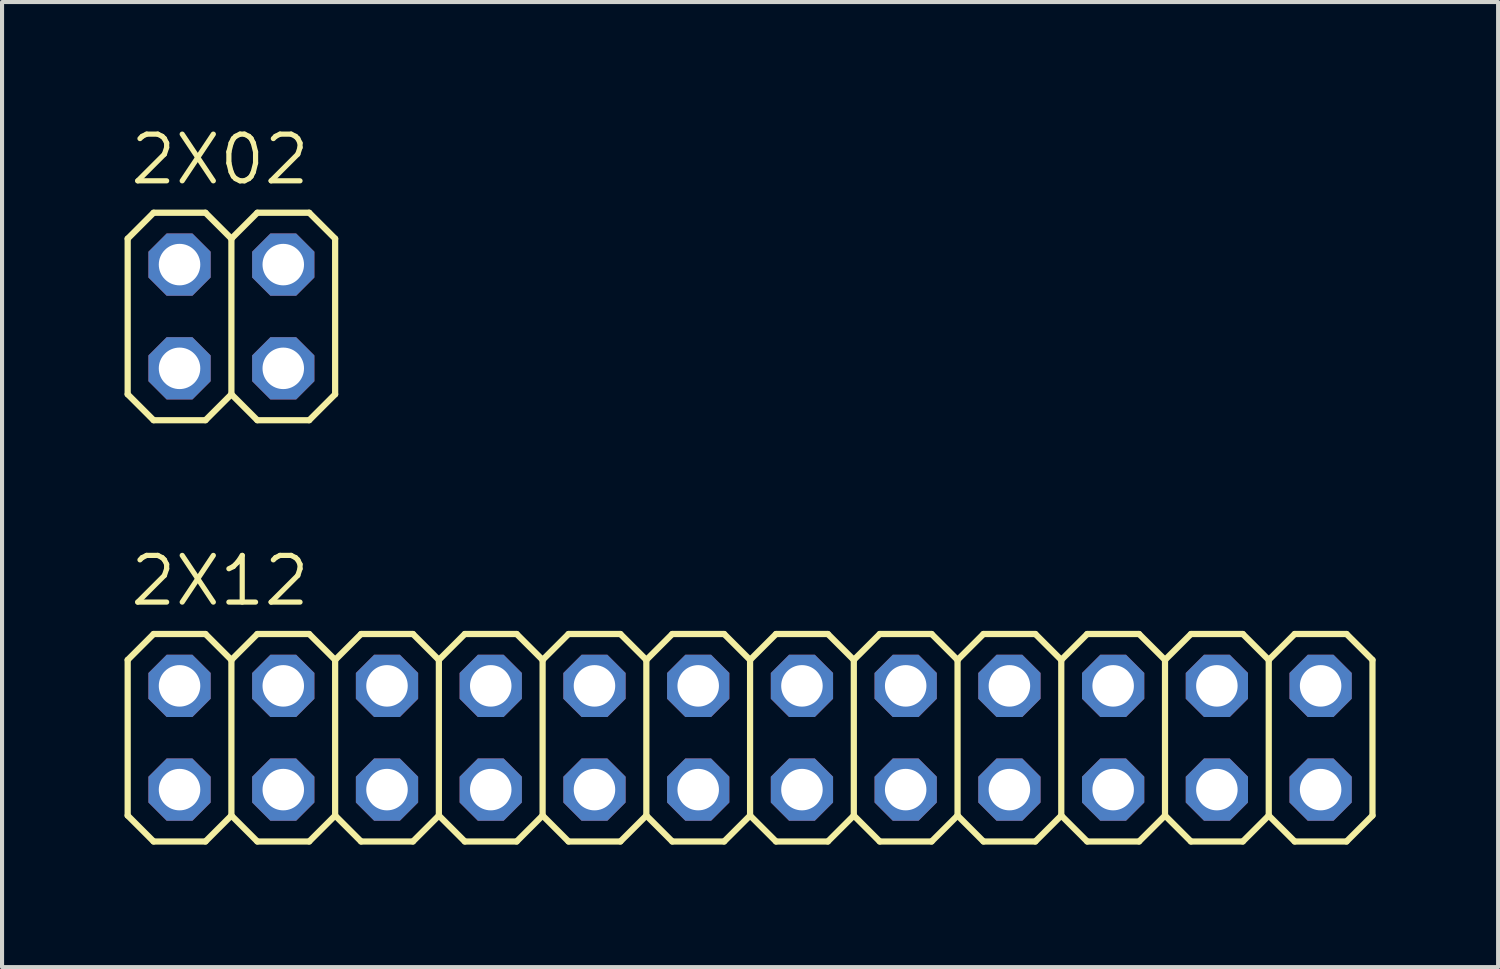
<source format=kicad_pcb>
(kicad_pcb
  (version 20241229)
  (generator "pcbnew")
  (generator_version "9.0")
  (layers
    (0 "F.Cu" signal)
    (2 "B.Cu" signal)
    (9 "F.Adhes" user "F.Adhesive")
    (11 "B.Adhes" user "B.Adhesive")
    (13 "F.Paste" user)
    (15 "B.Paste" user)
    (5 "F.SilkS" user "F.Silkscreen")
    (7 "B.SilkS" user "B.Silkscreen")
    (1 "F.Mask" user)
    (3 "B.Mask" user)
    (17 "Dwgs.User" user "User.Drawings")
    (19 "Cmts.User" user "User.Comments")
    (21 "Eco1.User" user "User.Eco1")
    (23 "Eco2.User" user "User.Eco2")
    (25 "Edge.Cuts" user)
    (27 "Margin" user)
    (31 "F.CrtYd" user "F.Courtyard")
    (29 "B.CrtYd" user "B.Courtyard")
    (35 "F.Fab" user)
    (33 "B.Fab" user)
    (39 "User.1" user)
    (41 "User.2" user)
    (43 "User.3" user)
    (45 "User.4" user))
  (footprint "2X02"
    (layer "F.Cu")
    (at 2.616 4.699)
    (property "Reference" "2X02" (at -2.54 -3.175 0) (layer "F.SilkS") (effects (font (size 1.143 1.143) (thickness 0.127)) (justify left bottom)))
    (fp_line (start -2.54 -1.905) (end -1.905 -2.54) (stroke (width 0.152) (type solid)) (layer "F.SilkS"))
    (fp_line (start -2.54 1.905) (end -2.54 -1.905) (stroke (width 0.152) (type solid)) (layer "F.SilkS"))
    (fp_line (start -2.54 1.905) (end -1.905 2.54) (stroke (width 0.152) (type solid)) (layer "F.SilkS"))
    (fp_line (start -1.905 -2.54) (end -0.635 -2.54) (stroke (width 0.152) (type solid)) (layer "F.SilkS"))
    (fp_line (start -1.905 2.54) (end -0.635 2.54) (stroke (width 0.152) (type solid)) (layer "F.SilkS"))
    (fp_line (start -0.635 -2.54) (end 0 -1.905) (stroke (width 0.152) (type solid)) (layer "F.SilkS"))
    (fp_line (start -0.635 2.54) (end 0 1.905) (stroke (width 0.152) (type solid)) (layer "F.SilkS"))
    (fp_line (start 0 -1.905) (end 0 1.905) (stroke (width 0.152) (type solid)) (layer "F.SilkS"))
    (fp_line (start 0 -1.905) (end 0.635 -2.54) (stroke (width 0.152) (type solid)) (layer "F.SilkS"))
    (fp_line (start 0 1.905) (end 0.635 2.54) (stroke (width 0.152) (type solid)) (layer "F.SilkS"))
    (fp_line (start 0.635 -2.54) (end 1.905 -2.54) (stroke (width 0.152) (type solid)) (layer "F.SilkS"))
    (fp_line (start 0.635 2.54) (end 1.905 2.54) (stroke (width 0.152) (type solid)) (layer "F.SilkS"))
    (fp_line (start 1.905 -2.54) (end 2.54 -1.905) (stroke (width 0.152) (type solid)) (layer "F.SilkS"))
    (fp_line (start 1.905 2.54) (end 2.54 1.905) (stroke (width 0.152) (type solid)) (layer "F.SilkS"))
    (fp_line (start 2.54 -1.905) (end 2.54 1.905) (stroke (width 0.152) (type solid)) (layer "F.SilkS"))
    (fp_poly (pts (xy -1.524 -1.016) (xy -1.016 -1.016) (xy -1.016 -1.524) (xy -1.524 -1.524)) (stroke (width 0.1) (type solid)) (fill no) (layer "F.Fab"))
    (fp_poly (pts (xy -1.524 1.524) (xy -1.016 1.524) (xy -1.016 1.016) (xy -1.524 1.016)) (stroke (width 0.1) (type solid)) (fill no) (layer "F.Fab"))
    (fp_poly (pts (xy 1.016 -1.016) (xy 1.524 -1.016) (xy 1.524 -1.524) (xy 1.016 -1.524)) (stroke (width 0.1) (type solid)) (fill no) (layer "F.Fab"))
    (fp_poly (pts (xy 1.016 1.524) (xy 1.524 1.524) (xy 1.524 1.016) (xy 1.016 1.016)) (stroke (width 0.1) (type solid)) (fill no) (layer "F.Fab"))
    (pad "1" thru_hole roundrect (at -1.27 1.27) (size 1.524 1.524) (drill 1.016) (layers "*.Cu" "*.Mask") (roundrect_rratio 0.25) (chamfer_ratio 0.293) (chamfer top_left top_right bottom_left bottom_right))
    (pad "2" thru_hole roundrect (at -1.27 -1.27) (size 1.524 1.524) (drill 1.016) (layers "*.Cu" "*.Mask") (roundrect_rratio 0.25) (chamfer_ratio 0.293) (chamfer top_left top_right bottom_left bottom_right))
    (pad "3" thru_hole roundrect (at 1.27 1.27) (size 1.524 1.524) (drill 1.016) (layers "*.Cu" "*.Mask") (roundrect_rratio 0.25) (chamfer_ratio 0.293) (chamfer top_left top_right bottom_left bottom_right))
    (pad "4" thru_hole roundrect (at 1.27 -1.27) (size 1.524 1.524) (drill 1.016) (layers "*.Cu" "*.Mask") (roundrect_rratio 0.25) (chamfer_ratio 0.293) (chamfer top_left top_right bottom_left bottom_right)))
  (footprint "2X12"
    (layer "F.Cu")
    (at 15.316 15.014)
    (property "Reference" "2X12" (at -15.24 -3.175 0) (layer "F.SilkS") (effects (font (size 1.143 1.143) (thickness 0.127)) (justify left bottom)))
    (fp_line (start -15.24 -1.905) (end -14.605 -2.54) (stroke (width 0.152) (type solid)) (layer "F.SilkS"))
    (fp_line (start -15.24 1.905) (end -15.24 -1.905) (stroke (width 0.152) (type solid)) (layer "F.SilkS"))
    (fp_line (start -15.24 1.905) (end -14.605 2.54) (stroke (width 0.152) (type solid)) (layer "F.SilkS"))
    (fp_line (start -14.605 -2.54) (end -13.335 -2.54) (stroke (width 0.152) (type solid)) (layer "F.SilkS"))
    (fp_line (start -14.605 2.54) (end -13.335 2.54) (stroke (width 0.152) (type solid)) (layer "F.SilkS"))
    (fp_line (start -13.335 -2.54) (end -12.7 -1.905) (stroke (width 0.152) (type solid)) (layer "F.SilkS"))
    (fp_line (start -13.335 2.54) (end -12.7 1.905) (stroke (width 0.152) (type solid)) (layer "F.SilkS"))
    (fp_line (start -12.7 -1.905) (end -12.7 1.905) (stroke (width 0.152) (type solid)) (layer "F.SilkS"))
    (fp_line (start -12.7 -1.905) (end -12.065 -2.54) (stroke (width 0.152) (type solid)) (layer "F.SilkS"))
    (fp_line (start -12.7 1.905) (end -12.065 2.54) (stroke (width 0.152) (type solid)) (layer "F.SilkS"))
    (fp_line (start -12.065 -2.54) (end -10.795 -2.54) (stroke (width 0.152) (type solid)) (layer "F.SilkS"))
    (fp_line (start -12.065 2.54) (end -10.795 2.54) (stroke (width 0.152) (type solid)) (layer "F.SilkS"))
    (fp_line (start -10.795 -2.54) (end -10.16 -1.905) (stroke (width 0.152) (type solid)) (layer "F.SilkS"))
    (fp_line (start -10.795 2.54) (end -10.16 1.905) (stroke (width 0.152) (type solid)) (layer "F.SilkS"))
    (fp_line (start -10.16 -1.905) (end -10.16 1.905) (stroke (width 0.152) (type solid)) (layer "F.SilkS"))
    (fp_line (start -10.16 -1.905) (end -9.525 -2.54) (stroke (width 0.152) (type solid)) (layer "F.SilkS"))
    (fp_line (start -10.16 1.905) (end -9.525 2.54) (stroke (width 0.152) (type solid)) (layer "F.SilkS"))
    (fp_line (start -9.525 -2.54) (end -8.255 -2.54) (stroke (width 0.152) (type solid)) (layer "F.SilkS"))
    (fp_line (start -9.525 2.54) (end -8.255 2.54) (stroke (width 0.152) (type solid)) (layer "F.SilkS"))
    (fp_line (start -8.255 -2.54) (end -7.62 -1.905) (stroke (width 0.152) (type solid)) (layer "F.SilkS"))
    (fp_line (start -8.255 2.54) (end -7.62 1.905) (stroke (width 0.152) (type solid)) (layer "F.SilkS"))
    (fp_line (start -7.62 -1.905) (end -7.62 1.905) (stroke (width 0.152) (type solid)) (layer "F.SilkS"))
    (fp_line (start -7.62 -1.905) (end -6.985 -2.54) (stroke (width 0.152) (type solid)) (layer "F.SilkS"))
    (fp_line (start -7.62 1.905) (end -6.985 2.54) (stroke (width 0.152) (type solid)) (layer "F.SilkS"))
    (fp_line (start -6.985 -2.54) (end -5.715 -2.54) (stroke (width 0.152) (type solid)) (layer "F.SilkS"))
    (fp_line (start -6.985 2.54) (end -5.715 2.54) (stroke (width 0.152) (type solid)) (layer "F.SilkS"))
    (fp_line (start -5.715 -2.54) (end -5.08 -1.905) (stroke (width 0.152) (type solid)) (layer "F.SilkS"))
    (fp_line (start -5.715 2.54) (end -5.08 1.905) (stroke (width 0.152) (type solid)) (layer "F.SilkS"))
    (fp_line (start -5.08 -1.905) (end -5.08 1.905) (stroke (width 0.152) (type solid)) (layer "F.SilkS"))
    (fp_line (start -5.08 -1.905) (end -4.445 -2.54) (stroke (width 0.152) (type solid)) (layer "F.SilkS"))
    (fp_line (start -5.08 1.905) (end -4.445 2.54) (stroke (width 0.152) (type solid)) (layer "F.SilkS"))
    (fp_line (start -4.445 -2.54) (end -3.175 -2.54) (stroke (width 0.152) (type solid)) (layer "F.SilkS"))
    (fp_line (start -4.445 2.54) (end -3.175 2.54) (stroke (width 0.152) (type solid)) (layer "F.SilkS"))
    (fp_line (start -3.175 -2.54) (end -2.54 -1.905) (stroke (width 0.152) (type solid)) (layer "F.SilkS"))
    (fp_line (start -3.175 2.54) (end -2.54 1.905) (stroke (width 0.152) (type solid)) (layer "F.SilkS"))
    (fp_line (start -2.54 -1.905) (end -2.54 1.905) (stroke (width 0.152) (type solid)) (layer "F.SilkS"))
    (fp_line (start -2.54 -1.905) (end -1.905 -2.54) (stroke (width 0.152) (type solid)) (layer "F.SilkS"))
    (fp_line (start -2.54 1.905) (end -1.905 2.54) (stroke (width 0.152) (type solid)) (layer "F.SilkS"))
    (fp_line (start -1.905 -2.54) (end -0.635 -2.54) (stroke (width 0.152) (type solid)) (layer "F.SilkS"))
    (fp_line (start -1.905 2.54) (end -0.635 2.54) (stroke (width 0.152) (type solid)) (layer "F.SilkS"))
    (fp_line (start -0.635 -2.54) (end 0 -1.905) (stroke (width 0.152) (type solid)) (layer "F.SilkS"))
    (fp_line (start -0.635 2.54) (end 0 1.905) (stroke (width 0.152) (type solid)) (layer "F.SilkS"))
    (fp_line (start 0 -1.905) (end 0 1.905) (stroke (width 0.152) (type solid)) (layer "F.SilkS"))
    (fp_line (start 0 -1.905) (end 0.635 -2.54) (stroke (width 0.152) (type solid)) (layer "F.SilkS"))
    (fp_line (start 0 1.905) (end 0.635 2.54) (stroke (width 0.152) (type solid)) (layer "F.SilkS"))
    (fp_line (start 0.635 -2.54) (end 1.905 -2.54) (stroke (width 0.152) (type solid)) (layer "F.SilkS"))
    (fp_line (start 1.905 -2.54) (end 2.54 -1.905) (stroke (width 0.152) (type solid)) (layer "F.SilkS"))
    (fp_line (start 1.905 2.54) (end 0.635 2.54) (stroke (width 0.152) (type solid)) (layer "F.SilkS"))
    (fp_line (start 2.54 -1.905) (end 2.54 1.905) (stroke (width 0.152) (type solid)) (layer "F.SilkS"))
    (fp_line (start 2.54 -1.905) (end 3.175 -2.54) (stroke (width 0.152) (type solid)) (layer "F.SilkS"))
    (fp_line (start 2.54 1.905) (end 1.905 2.54) (stroke (width 0.152) (type solid)) (layer "F.SilkS"))
    (fp_line (start 2.54 1.905) (end 3.175 2.54) (stroke (width 0.152) (type solid)) (layer "F.SilkS"))
    (fp_line (start 3.175 -2.54) (end 4.445 -2.54) (stroke (width 0.152) (type solid)) (layer "F.SilkS"))
    (fp_line (start 4.445 -2.54) (end 5.08 -1.905) (stroke (width 0.152) (type solid)) (layer "F.SilkS"))
    (fp_line (start 4.445 2.54) (end 3.175 2.54) (stroke (width 0.152) (type solid)) (layer "F.SilkS"))
    (fp_line (start 5.08 -1.905) (end 5.08 1.905) (stroke (width 0.152) (type solid)) (layer "F.SilkS"))
    (fp_line (start 5.08 -1.905) (end 5.715 -2.54) (stroke (width 0.152) (type solid)) (layer "F.SilkS"))
    (fp_line (start 5.08 1.905) (end 4.445 2.54) (stroke (width 0.152) (type solid)) (layer "F.SilkS"))
    (fp_line (start 5.08 1.905) (end 5.715 2.54) (stroke (width 0.152) (type solid)) (layer "F.SilkS"))
    (fp_line (start 5.715 -2.54) (end 6.985 -2.54) (stroke (width 0.152) (type solid)) (layer "F.SilkS"))
    (fp_line (start 6.985 -2.54) (end 7.62 -1.905) (stroke (width 0.152) (type solid)) (layer "F.SilkS"))
    (fp_line (start 6.985 2.54) (end 5.715 2.54) (stroke (width 0.152) (type solid)) (layer "F.SilkS"))
    (fp_line (start 7.62 -1.905) (end 7.62 1.905) (stroke (width 0.152) (type solid)) (layer "F.SilkS"))
    (fp_line (start 7.62 -1.905) (end 8.255 -2.54) (stroke (width 0.152) (type solid)) (layer "F.SilkS"))
    (fp_line (start 7.62 1.905) (end 6.985 2.54) (stroke (width 0.152) (type solid)) (layer "F.SilkS"))
    (fp_line (start 7.62 1.905) (end 8.255 2.54) (stroke (width 0.152) (type solid)) (layer "F.SilkS"))
    (fp_line (start 8.255 -2.54) (end 9.525 -2.54) (stroke (width 0.152) (type solid)) (layer "F.SilkS"))
    (fp_line (start 9.525 -2.54) (end 10.16 -1.905) (stroke (width 0.152) (type solid)) (layer "F.SilkS"))
    (fp_line (start 9.525 2.54) (end 8.255 2.54) (stroke (width 0.152) (type solid)) (layer "F.SilkS"))
    (fp_line (start 10.16 -1.905) (end 10.16 1.905) (stroke (width 0.152) (type solid)) (layer "F.SilkS"))
    (fp_line (start 10.16 -1.905) (end 10.795 -2.54) (stroke (width 0.152) (type solid)) (layer "F.SilkS"))
    (fp_line (start 10.16 1.905) (end 9.525 2.54) (stroke (width 0.152) (type solid)) (layer "F.SilkS"))
    (fp_line (start 10.16 1.905) (end 10.795 2.54) (stroke (width 0.152) (type solid)) (layer "F.SilkS"))
    (fp_line (start 10.795 -2.54) (end 12.065 -2.54) (stroke (width 0.152) (type solid)) (layer "F.SilkS"))
    (fp_line (start 12.065 -2.54) (end 12.7 -1.905) (stroke (width 0.152) (type solid)) (layer "F.SilkS"))
    (fp_line (start 12.065 2.54) (end 10.795 2.54) (stroke (width 0.152) (type solid)) (layer "F.SilkS"))
    (fp_line (start 12.7 -1.905) (end 12.7 1.905) (stroke (width 0.152) (type solid)) (layer "F.SilkS"))
    (fp_line (start 12.7 -1.905) (end 13.335 -2.54) (stroke (width 0.152) (type solid)) (layer "F.SilkS"))
    (fp_line (start 12.7 1.905) (end 12.065 2.54) (stroke (width 0.152) (type solid)) (layer "F.SilkS"))
    (fp_line (start 12.7 1.905) (end 13.335 2.54) (stroke (width 0.152) (type solid)) (layer "F.SilkS"))
    (fp_line (start 13.335 -2.54) (end 14.605 -2.54) (stroke (width 0.152) (type solid)) (layer "F.SilkS"))
    (fp_line (start 14.605 -2.54) (end 15.24 -1.905) (stroke (width 0.152) (type solid)) (layer "F.SilkS"))
    (fp_line (start 14.605 2.54) (end 13.335 2.54) (stroke (width 0.152) (type solid)) (layer "F.SilkS"))
    (fp_line (start 15.24 -1.905) (end 15.24 1.905) (stroke (width 0.152) (type solid)) (layer "F.SilkS"))
    (fp_line (start 15.24 1.905) (end 14.605 2.54) (stroke (width 0.152) (type solid)) (layer "F.SilkS"))
    (fp_poly (pts (xy -14.224 -1.016) (xy -13.716 -1.016) (xy -13.716 -1.524) (xy -14.224 -1.524)) (stroke (width 0.1) (type solid)) (fill no) (layer "F.Fab"))
    (fp_poly (pts (xy -14.224 1.524) (xy -13.716 1.524) (xy -13.716 1.016) (xy -14.224 1.016)) (stroke (width 0.1) (type solid)) (fill no) (layer "F.Fab"))
    (fp_poly (pts (xy -11.684 -1.016) (xy -11.176 -1.016) (xy -11.176 -1.524) (xy -11.684 -1.524)) (stroke (width 0.1) (type solid)) (fill no) (layer "F.Fab"))
    (fp_poly (pts (xy -11.684 1.524) (xy -11.176 1.524) (xy -11.176 1.016) (xy -11.684 1.016)) (stroke (width 0.1) (type solid)) (fill no) (layer "F.Fab"))
    (fp_poly (pts (xy -9.144 -1.016) (xy -8.636 -1.016) (xy -8.636 -1.524) (xy -9.144 -1.524)) (stroke (width 0.1) (type solid)) (fill no) (layer "F.Fab"))
    (fp_poly (pts (xy -9.144 1.524) (xy -8.636 1.524) (xy -8.636 1.016) (xy -9.144 1.016)) (stroke (width 0.1) (type solid)) (fill no) (layer "F.Fab"))
    (fp_poly (pts (xy -6.604 -1.016) (xy -6.096 -1.016) (xy -6.096 -1.524) (xy -6.604 -1.524)) (stroke (width 0.1) (type solid)) (fill no) (layer "F.Fab"))
    (fp_poly (pts (xy -6.604 1.524) (xy -6.096 1.524) (xy -6.096 1.016) (xy -6.604 1.016)) (stroke (width 0.1) (type solid)) (fill no) (layer "F.Fab"))
    (fp_poly (pts (xy -4.064 -1.016) (xy -3.556 -1.016) (xy -3.556 -1.524) (xy -4.064 -1.524)) (stroke (width 0.1) (type solid)) (fill no) (layer "F.Fab"))
    (fp_poly (pts (xy -4.064 1.524) (xy -3.556 1.524) (xy -3.556 1.016) (xy -4.064 1.016)) (stroke (width 0.1) (type solid)) (fill no) (layer "F.Fab"))
    (fp_poly (pts (xy -1.524 -1.016) (xy -1.016 -1.016) (xy -1.016 -1.524) (xy -1.524 -1.524)) (stroke (width 0.1) (type solid)) (fill no) (layer "F.Fab"))
    (fp_poly (pts (xy -1.524 1.524) (xy -1.016 1.524) (xy -1.016 1.016) (xy -1.524 1.016)) (stroke (width 0.1) (type solid)) (fill no) (layer "F.Fab"))
    (fp_poly (pts (xy 1.016 -1.016) (xy 1.524 -1.016) (xy 1.524 -1.524) (xy 1.016 -1.524)) (stroke (width 0.1) (type solid)) (fill no) (layer "F.Fab"))
    (fp_poly (pts (xy 1.016 1.524) (xy 1.524 1.524) (xy 1.524 1.016) (xy 1.016 1.016)) (stroke (width 0.1) (type solid)) (fill no) (layer "F.Fab"))
    (fp_poly (pts (xy 3.556 -1.016) (xy 4.064 -1.016) (xy 4.064 -1.524) (xy 3.556 -1.524)) (stroke (width 0.1) (type solid)) (fill no) (layer "F.Fab"))
    (fp_poly (pts (xy 3.556 1.524) (xy 4.064 1.524) (xy 4.064 1.016) (xy 3.556 1.016)) (stroke (width 0.1) (type solid)) (fill no) (layer "F.Fab"))
    (fp_poly (pts (xy 6.096 -1.016) (xy 6.604 -1.016) (xy 6.604 -1.524) (xy 6.096 -1.524)) (stroke (width 0.1) (type solid)) (fill no) (layer "F.Fab"))
    (fp_poly (pts (xy 6.096 1.524) (xy 6.604 1.524) (xy 6.604 1.016) (xy 6.096 1.016)) (stroke (width 0.1) (type solid)) (fill no) (layer "F.Fab"))
    (fp_poly (pts (xy 8.636 -1.016) (xy 9.144 -1.016) (xy 9.144 -1.524) (xy 8.636 -1.524)) (stroke (width 0.1) (type solid)) (fill no) (layer "F.Fab"))
    (fp_poly (pts (xy 8.636 1.524) (xy 9.144 1.524) (xy 9.144 1.016) (xy 8.636 1.016)) (stroke (width 0.1) (type solid)) (fill no) (layer "F.Fab"))
    (fp_poly (pts (xy 11.176 -1.016) (xy 11.684 -1.016) (xy 11.684 -1.524) (xy 11.176 -1.524)) (stroke (width 0.1) (type solid)) (fill no) (layer "F.Fab"))
    (fp_poly (pts (xy 11.176 1.524) (xy 11.684 1.524) (xy 11.684 1.016) (xy 11.176 1.016)) (stroke (width 0.1) (type solid)) (fill no) (layer "F.Fab"))
    (fp_poly (pts (xy 13.716 -1.016) (xy 14.224 -1.016) (xy 14.224 -1.524) (xy 13.716 -1.524)) (stroke (width 0.1) (type solid)) (fill no) (layer "F.Fab"))
    (fp_poly (pts (xy 13.716 1.524) (xy 14.224 1.524) (xy 14.224 1.016) (xy 13.716 1.016)) (stroke (width 0.1) (type solid)) (fill no) (layer "F.Fab"))
    (pad "1" thru_hole roundrect (at -13.97 1.27) (size 1.524 1.524) (drill 1.016) (layers "*.Cu" "*.Mask") (roundrect_rratio 0.25) (chamfer_ratio 0.293) (chamfer top_left top_right bottom_left bottom_right))
    (pad "2" thru_hole roundrect (at -13.97 -1.27) (size 1.524 1.524) (drill 1.016) (layers "*.Cu" "*.Mask") (roundrect_rratio 0.25) (chamfer_ratio 0.293) (chamfer top_left top_right bottom_left bottom_right))
    (pad "3" thru_hole roundrect (at -11.43 1.27) (size 1.524 1.524) (drill 1.016) (layers "*.Cu" "*.Mask") (roundrect_rratio 0.25) (chamfer_ratio 0.293) (chamfer top_left top_right bottom_left bottom_right))
    (pad "4" thru_hole roundrect (at -11.43 -1.27) (size 1.524 1.524) (drill 1.016) (layers "*.Cu" "*.Mask") (roundrect_rratio 0.25) (chamfer_ratio 0.293) (chamfer top_left top_right bottom_left bottom_right))
    (pad "5" thru_hole roundrect (at -8.89 1.27) (size 1.524 1.524) (drill 1.016) (layers "*.Cu" "*.Mask") (roundrect_rratio 0.25) (chamfer_ratio 0.293) (chamfer top_left top_right bottom_left bottom_right))
    (pad "6" thru_hole roundrect (at -8.89 -1.27) (size 1.524 1.524) (drill 1.016) (layers "*.Cu" "*.Mask") (roundrect_rratio 0.25) (chamfer_ratio 0.293) (chamfer top_left top_right bottom_left bottom_right))
    (pad "7" thru_hole roundrect (at -6.35 1.27) (size 1.524 1.524) (drill 1.016) (layers "*.Cu" "*.Mask") (roundrect_rratio 0.25) (chamfer_ratio 0.293) (chamfer top_left top_right bottom_left bottom_right))
    (pad "8" thru_hole roundrect (at -6.35 -1.27) (size 1.524 1.524) (drill 1.016) (layers "*.Cu" "*.Mask") (roundrect_rratio 0.25) (chamfer_ratio 0.293) (chamfer top_left top_right bottom_left bottom_right))
    (pad "9" thru_hole roundrect (at -3.81 1.27) (size 1.524 1.524) (drill 1.016) (layers "*.Cu" "*.Mask") (roundrect_rratio 0.25) (chamfer_ratio 0.293) (chamfer top_left top_right bottom_left bottom_right))
    (pad "10" thru_hole roundrect (at -3.81 -1.27) (size 1.524 1.524) (drill 1.016) (layers "*.Cu" "*.Mask") (roundrect_rratio 0.25) (chamfer_ratio 0.293) (chamfer top_left top_right bottom_left bottom_right))
    (pad "11" thru_hole roundrect (at -1.27 1.27) (size 1.524 1.524) (drill 1.016) (layers "*.Cu" "*.Mask") (roundrect_rratio 0.25) (chamfer_ratio 0.293) (chamfer top_left top_right bottom_left bottom_right))
    (pad "12" thru_hole roundrect (at -1.27 -1.27) (size 1.524 1.524) (drill 1.016) (layers "*.Cu" "*.Mask") (roundrect_rratio 0.25) (chamfer_ratio 0.293) (chamfer top_left top_right bottom_left bottom_right))
    (pad "13" thru_hole roundrect (at 1.27 1.27) (size 1.524 1.524) (drill 1.016) (layers "*.Cu" "*.Mask") (roundrect_rratio 0.25) (chamfer_ratio 0.293) (chamfer top_left top_right bottom_left bottom_right))
    (pad "14" thru_hole roundrect (at 1.27 -1.27) (size 1.524 1.524) (drill 1.016) (layers "*.Cu" "*.Mask") (roundrect_rratio 0.25) (chamfer_ratio 0.293) (chamfer top_left top_right bottom_left bottom_right))
    (pad "15" thru_hole roundrect (at 3.81 1.27) (size 1.524 1.524) (drill 1.016) (layers "*.Cu" "*.Mask") (roundrect_rratio 0.25) (chamfer_ratio 0.293) (chamfer top_left top_right bottom_left bottom_right))
    (pad "16" thru_hole roundrect (at 3.81 -1.27) (size 1.524 1.524) (drill 1.016) (layers "*.Cu" "*.Mask") (roundrect_rratio 0.25) (chamfer_ratio 0.293) (chamfer top_left top_right bottom_left bottom_right))
    (pad "17" thru_hole roundrect (at 6.35 1.27) (size 1.524 1.524) (drill 1.016) (layers "*.Cu" "*.Mask") (roundrect_rratio 0.25) (chamfer_ratio 0.293) (chamfer top_left top_right bottom_left bottom_right))
    (pad "18" thru_hole roundrect (at 6.35 -1.27) (size 1.524 1.524) (drill 1.016) (layers "*.Cu" "*.Mask") (roundrect_rratio 0.25) (chamfer_ratio 0.293) (chamfer top_left top_right bottom_left bottom_right))
    (pad "19" thru_hole roundrect (at 8.89 1.27) (size 1.524 1.524) (drill 1.016) (layers "*.Cu" "*.Mask") (roundrect_rratio 0.25) (chamfer_ratio 0.293) (chamfer top_left top_right bottom_left bottom_right))
    (pad "20" thru_hole roundrect (at 8.89 -1.27) (size 1.524 1.524) (drill 1.016) (layers "*.Cu" "*.Mask") (roundrect_rratio 0.25) (chamfer_ratio 0.293) (chamfer top_left top_right bottom_left bottom_right))
    (pad "21" thru_hole roundrect (at 11.43 1.27) (size 1.524 1.524) (drill 1.016) (layers "*.Cu" "*.Mask") (roundrect_rratio 0.25) (chamfer_ratio 0.293) (chamfer top_left top_right bottom_left bottom_right))
    (pad "22" thru_hole roundrect (at 11.43 -1.27) (size 1.524 1.524) (drill 1.016) (layers "*.Cu" "*.Mask") (roundrect_rratio 0.25) (chamfer_ratio 0.293) (chamfer top_left top_right bottom_left bottom_right))
    (pad "23" thru_hole roundrect (at 13.97 1.27) (size 1.524 1.524) (drill 1.016) (layers "*.Cu" "*.Mask") (roundrect_rratio 0.25) (chamfer_ratio 0.293) (chamfer top_left top_right bottom_left bottom_right))
    (pad "24" thru_hole roundrect (at 13.97 -1.27) (size 1.524 1.524) (drill 1.016) (layers "*.Cu" "*.Mask") (roundrect_rratio 0.25) (chamfer_ratio 0.293) (chamfer top_left top_right bottom_left bottom_right)))
  (gr_rect
    (start -3 -3)
    (end 33.632 20.63)
    (stroke (width 0.1) (type default))
    (fill no)
    (layer "Edge.Cuts")))
</source>
